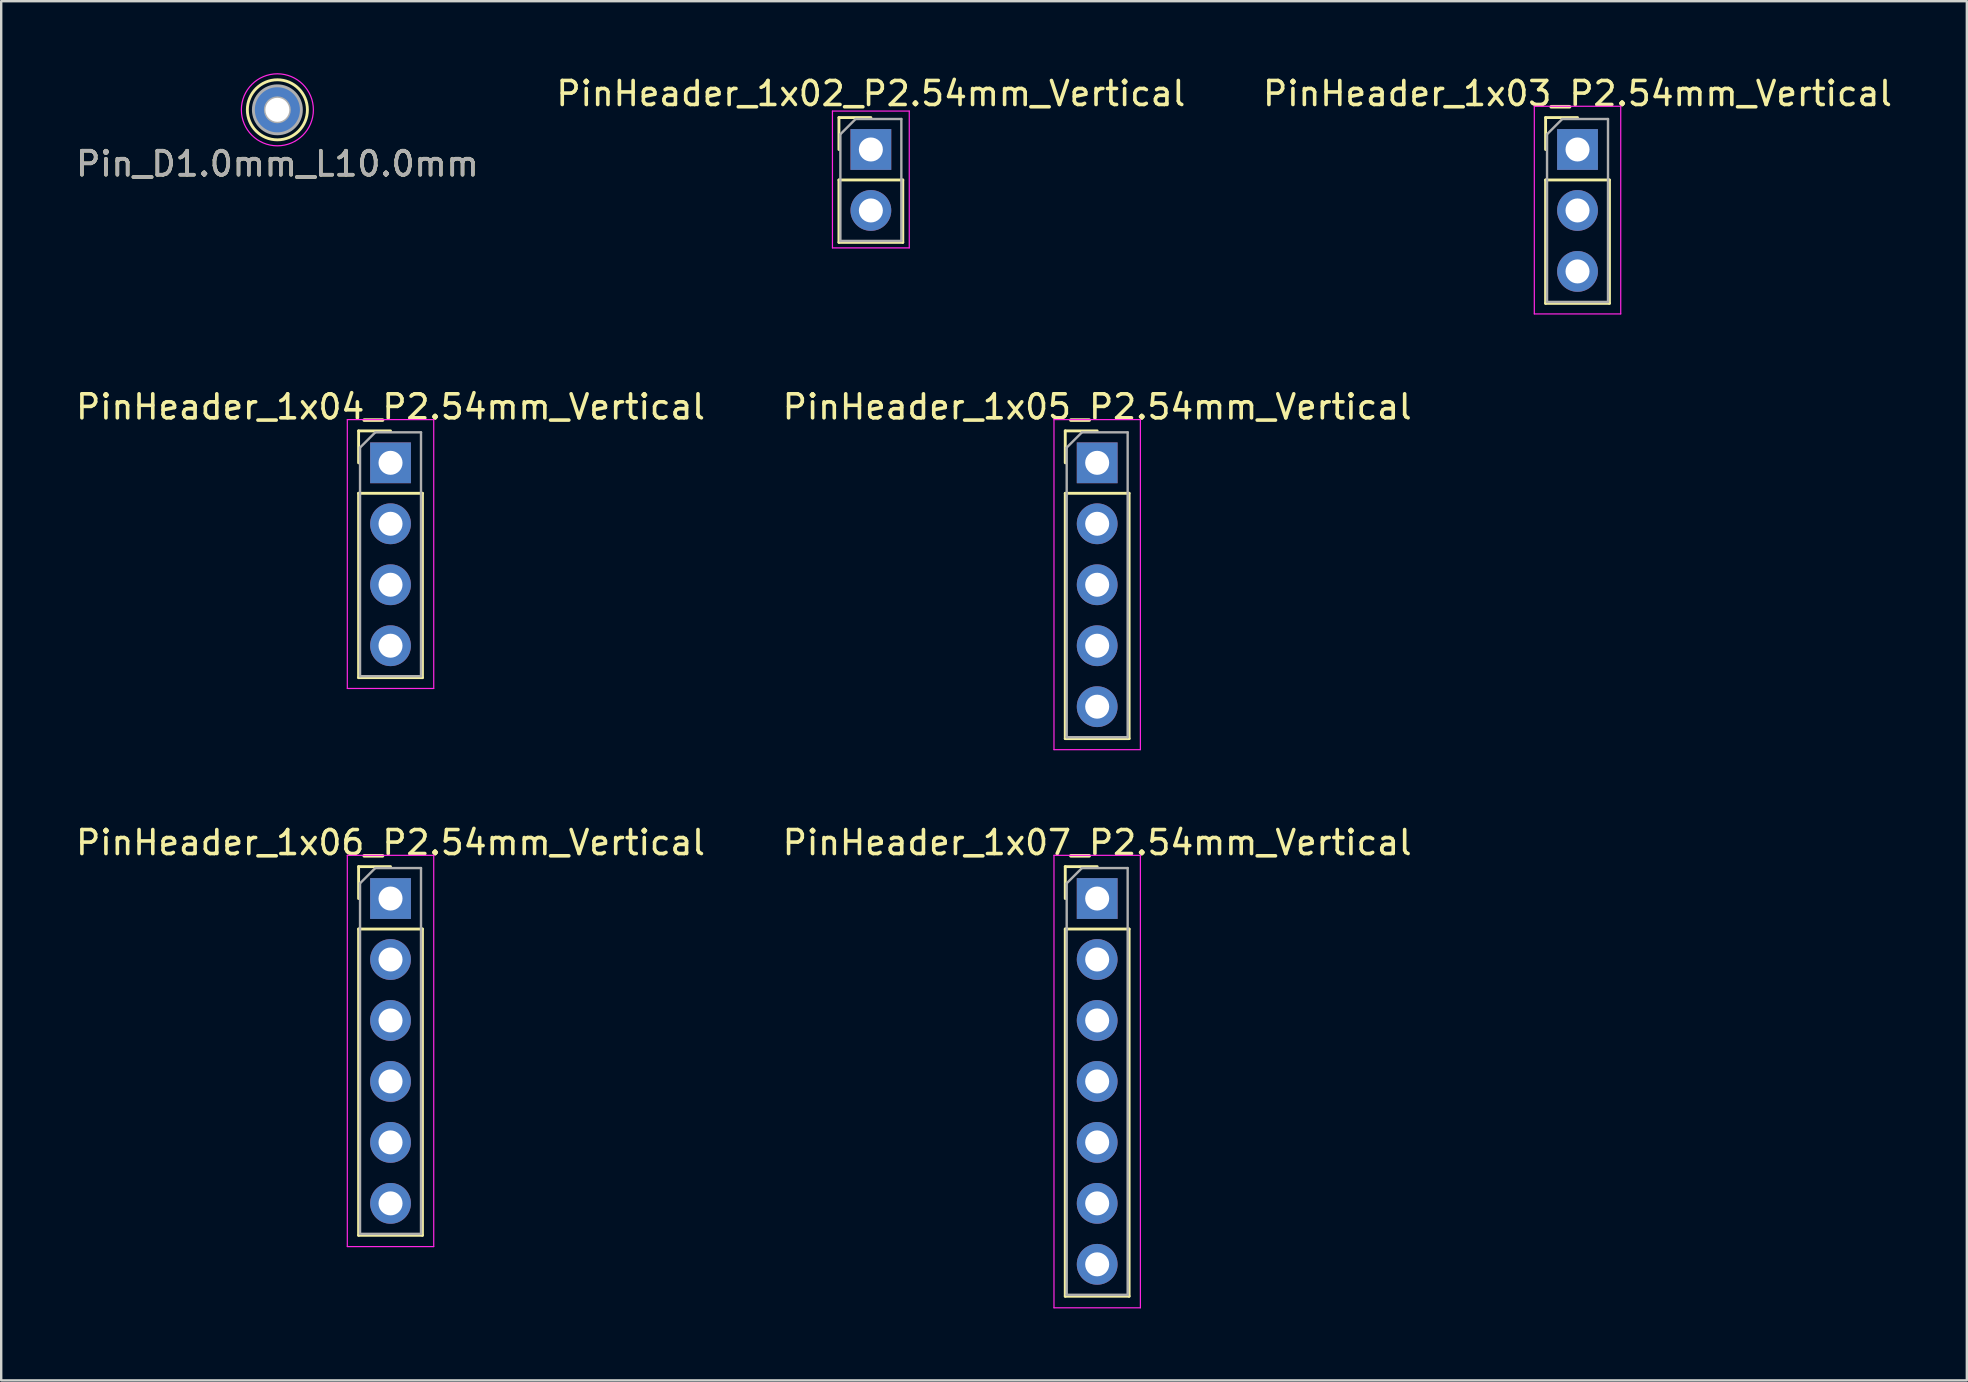
<source format=kicad_pcb>
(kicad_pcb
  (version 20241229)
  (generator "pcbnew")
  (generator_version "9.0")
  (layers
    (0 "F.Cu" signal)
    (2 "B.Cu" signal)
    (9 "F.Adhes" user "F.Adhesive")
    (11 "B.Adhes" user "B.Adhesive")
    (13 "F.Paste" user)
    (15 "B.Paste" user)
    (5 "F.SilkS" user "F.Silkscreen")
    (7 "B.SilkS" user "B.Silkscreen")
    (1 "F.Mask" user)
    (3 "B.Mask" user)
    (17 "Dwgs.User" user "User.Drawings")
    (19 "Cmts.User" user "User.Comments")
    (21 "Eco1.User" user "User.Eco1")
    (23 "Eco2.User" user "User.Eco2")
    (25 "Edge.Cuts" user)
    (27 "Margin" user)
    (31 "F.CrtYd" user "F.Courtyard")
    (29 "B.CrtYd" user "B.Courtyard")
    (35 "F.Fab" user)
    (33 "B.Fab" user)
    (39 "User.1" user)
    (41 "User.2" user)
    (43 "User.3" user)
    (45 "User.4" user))
  (footprint "PinHeader_1x05_P2.54mm_Vertical"
    (layer "F.Cu")
    (at 42.661 16.232)
    (property "Reference" "PinHeader_1x05_P2.54mm_Vertical" (at 0 -2.33 0) (layer "F.SilkS") (effects (font (size 1 1) (thickness 0.15))))
    (attr through_hole)
    (fp_line (start -1.33 -1.33) (end 0 -1.33) (stroke (width 0.12) (type solid)) (layer "F.SilkS"))
    (fp_line (start -1.33 0) (end -1.33 -1.33) (stroke (width 0.12) (type solid)) (layer "F.SilkS"))
    (fp_line (start -1.33 1.27) (end -1.33 11.49) (stroke (width 0.12) (type solid)) (layer "F.SilkS"))
    (fp_line (start -1.33 1.27) (end 1.33 1.27) (stroke (width 0.12) (type solid)) (layer "F.SilkS"))
    (fp_line (start -1.33 11.49) (end 1.33 11.49) (stroke (width 0.12) (type solid)) (layer "F.SilkS"))
    (fp_line (start 1.33 1.27) (end 1.33 11.49) (stroke (width 0.12) (type solid)) (layer "F.SilkS"))
    (fp_line (start -1.8 -1.8) (end -1.8 11.95) (stroke (width 0.05) (type solid)) (layer "F.CrtYd"))
    (fp_line (start -1.8 11.95) (end 1.8 11.95) (stroke (width 0.05) (type solid)) (layer "F.CrtYd"))
    (fp_line (start 1.8 -1.8) (end -1.8 -1.8) (stroke (width 0.05) (type solid)) (layer "F.CrtYd"))
    (fp_line (start 1.8 11.95) (end 1.8 -1.8) (stroke (width 0.05) (type solid)) (layer "F.CrtYd"))
    (fp_line (start -1.27 -0.635) (end -0.635 -1.27) (stroke (width 0.1) (type solid)) (layer "F.Fab"))
    (fp_line (start -1.27 11.43) (end -1.27 -0.635) (stroke (width 0.1) (type solid)) (layer "F.Fab"))
    (fp_line (start -0.635 -1.27) (end 1.27 -1.27) (stroke (width 0.1) (type solid)) (layer "F.Fab"))
    (fp_line (start 1.27 -1.27) (end 1.27 11.43) (stroke (width 0.1) (type solid)) (layer "F.Fab"))
    (fp_line (start 1.27 11.43) (end -1.27 11.43) (stroke (width 0.1) (type solid)) (layer "F.Fab"))
    (pad "1" thru_hole rect (at 0 0) (size 1.7 1.7) (drill 1) (layers "*.Cu" "*.Mask"))
    (pad "2" thru_hole oval (at 0 2.54) (size 1.7 1.7) (drill 1) (layers "*.Cu" "*.Mask"))
    (pad "3" thru_hole oval (at 0 5.08) (size 1.7 1.7) (drill 1) (layers "*.Cu" "*.Mask"))
    (pad "4" thru_hole oval (at 0 7.62) (size 1.7 1.7) (drill 1) (layers "*.Cu" "*.Mask"))
    (pad "5" thru_hole oval (at 0 10.16) (size 1.7 1.7) (drill 1) (layers "*.Cu" "*.Mask")))
  (footprint "PinHeader_1x07_P2.54mm_Vertical"
    (layer "F.Cu")
    (at 42.661 34.385)
    (property "Reference" "PinHeader_1x07_P2.54mm_Vertical" (at 0 -2.33 0) (layer "F.SilkS") (effects (font (size 1 1) (thickness 0.15))))
    (attr through_hole)
    (fp_line (start -1.33 -1.33) (end 0 -1.33) (stroke (width 0.12) (type solid)) (layer "F.SilkS"))
    (fp_line (start -1.33 0) (end -1.33 -1.33) (stroke (width 0.12) (type solid)) (layer "F.SilkS"))
    (fp_line (start -1.33 1.27) (end -1.33 16.57) (stroke (width 0.12) (type solid)) (layer "F.SilkS"))
    (fp_line (start -1.33 1.27) (end 1.33 1.27) (stroke (width 0.12) (type solid)) (layer "F.SilkS"))
    (fp_line (start -1.33 16.57) (end 1.33 16.57) (stroke (width 0.12) (type solid)) (layer "F.SilkS"))
    (fp_line (start 1.33 1.27) (end 1.33 16.57) (stroke (width 0.12) (type solid)) (layer "F.SilkS"))
    (fp_line (start -1.8 -1.8) (end -1.8 17.05) (stroke (width 0.05) (type solid)) (layer "F.CrtYd"))
    (fp_line (start -1.8 17.05) (end 1.8 17.05) (stroke (width 0.05) (type solid)) (layer "F.CrtYd"))
    (fp_line (start 1.8 -1.8) (end -1.8 -1.8) (stroke (width 0.05) (type solid)) (layer "F.CrtYd"))
    (fp_line (start 1.8 17.05) (end 1.8 -1.8) (stroke (width 0.05) (type solid)) (layer "F.CrtYd"))
    (fp_line (start -1.27 -0.635) (end -0.635 -1.27) (stroke (width 0.1) (type solid)) (layer "F.Fab"))
    (fp_line (start -1.27 16.51) (end -1.27 -0.635) (stroke (width 0.1) (type solid)) (layer "F.Fab"))
    (fp_line (start -0.635 -1.27) (end 1.27 -1.27) (stroke (width 0.1) (type solid)) (layer "F.Fab"))
    (fp_line (start 1.27 -1.27) (end 1.27 16.51) (stroke (width 0.1) (type solid)) (layer "F.Fab"))
    (fp_line (start 1.27 16.51) (end -1.27 16.51) (stroke (width 0.1) (type solid)) (layer "F.Fab"))
    (pad "1" thru_hole rect (at 0 0) (size 1.7 1.7) (drill 1) (layers "*.Cu" "*.Mask"))
    (pad "2" thru_hole oval (at 0 2.54) (size 1.7 1.7) (drill 1) (layers "*.Cu" "*.Mask"))
    (pad "3" thru_hole oval (at 0 5.08) (size 1.7 1.7) (drill 1) (layers "*.Cu" "*.Mask"))
    (pad "4" thru_hole oval (at 0 7.62) (size 1.7 1.7) (drill 1) (layers "*.Cu" "*.Mask"))
    (pad "5" thru_hole oval (at 0 10.16) (size 1.7 1.7) (drill 1) (layers "*.Cu" "*.Mask"))
    (pad "6" thru_hole oval (at 0 12.7) (size 1.7 1.7) (drill 1) (layers "*.Cu" "*.Mask"))
    (pad "7" thru_hole oval (at 0 15.24) (size 1.7 1.7) (drill 1) (layers "*.Cu" "*.Mask")))
  (footprint "PinHeader_1x04_P2.54mm_Vertical"
    (layer "F.Cu")
    (at 13.22 16.232)
    (property "Reference" "PinHeader_1x04_P2.54mm_Vertical" (at 0 -2.33 0) (layer "F.SilkS") (effects (font (size 1 1) (thickness 0.15))))
    (attr through_hole)
    (fp_line (start -1.33 -1.33) (end 0 -1.33) (stroke (width 0.12) (type solid)) (layer "F.SilkS"))
    (fp_line (start -1.33 0) (end -1.33 -1.33) (stroke (width 0.12) (type solid)) (layer "F.SilkS"))
    (fp_line (start -1.33 1.27) (end -1.33 8.95) (stroke (width 0.12) (type solid)) (layer "F.SilkS"))
    (fp_line (start -1.33 1.27) (end 1.33 1.27) (stroke (width 0.12) (type solid)) (layer "F.SilkS"))
    (fp_line (start -1.33 8.95) (end 1.33 8.95) (stroke (width 0.12) (type solid)) (layer "F.SilkS"))
    (fp_line (start 1.33 1.27) (end 1.33 8.95) (stroke (width 0.12) (type solid)) (layer "F.SilkS"))
    (fp_line (start -1.8 -1.8) (end -1.8 9.4) (stroke (width 0.05) (type solid)) (layer "F.CrtYd"))
    (fp_line (start -1.8 9.4) (end 1.8 9.4) (stroke (width 0.05) (type solid)) (layer "F.CrtYd"))
    (fp_line (start 1.8 -1.8) (end -1.8 -1.8) (stroke (width 0.05) (type solid)) (layer "F.CrtYd"))
    (fp_line (start 1.8 9.4) (end 1.8 -1.8) (stroke (width 0.05) (type solid)) (layer "F.CrtYd"))
    (fp_line (start -1.27 -0.635) (end -0.635 -1.27) (stroke (width 0.1) (type solid)) (layer "F.Fab"))
    (fp_line (start -1.27 8.89) (end -1.27 -0.635) (stroke (width 0.1) (type solid)) (layer "F.Fab"))
    (fp_line (start -0.635 -1.27) (end 1.27 -1.27) (stroke (width 0.1) (type solid)) (layer "F.Fab"))
    (fp_line (start 1.27 -1.27) (end 1.27 8.89) (stroke (width 0.1) (type solid)) (layer "F.Fab"))
    (fp_line (start 1.27 8.89) (end -1.27 8.89) (stroke (width 0.1) (type solid)) (layer "F.Fab"))
    (pad "1" thru_hole rect (at 0 0) (size 1.7 1.7) (drill 1) (layers "*.Cu" "*.Mask"))
    (pad "2" thru_hole oval (at 0 2.54) (size 1.7 1.7) (drill 1) (layers "*.Cu" "*.Mask"))
    (pad "3" thru_hole oval (at 0 5.08) (size 1.7 1.7) (drill 1) (layers "*.Cu" "*.Mask"))
    (pad "4" thru_hole oval (at 0 7.62) (size 1.7 1.7) (drill 1) (layers "*.Cu" "*.Mask")))
  (footprint "PinHeader_1x06_P2.54mm_Vertical"
    (layer "F.Cu")
    (at 13.22 34.385)
    (property "Reference" "PinHeader_1x06_P2.54mm_Vertical" (at 0 -2.33 0) (layer "F.SilkS") (effects (font (size 1 1) (thickness 0.15))))
    (attr through_hole)
    (fp_line (start -1.33 -1.33) (end 0 -1.33) (stroke (width 0.12) (type solid)) (layer "F.SilkS"))
    (fp_line (start -1.33 0) (end -1.33 -1.33) (stroke (width 0.12) (type solid)) (layer "F.SilkS"))
    (fp_line (start -1.33 1.27) (end -1.33 14.03) (stroke (width 0.12) (type solid)) (layer "F.SilkS"))
    (fp_line (start -1.33 1.27) (end 1.33 1.27) (stroke (width 0.12) (type solid)) (layer "F.SilkS"))
    (fp_line (start -1.33 14.03) (end 1.33 14.03) (stroke (width 0.12) (type solid)) (layer "F.SilkS"))
    (fp_line (start 1.33 1.27) (end 1.33 14.03) (stroke (width 0.12) (type solid)) (layer "F.SilkS"))
    (fp_line (start -1.8 -1.8) (end -1.8 14.5) (stroke (width 0.05) (type solid)) (layer "F.CrtYd"))
    (fp_line (start -1.8 14.5) (end 1.8 14.5) (stroke (width 0.05) (type solid)) (layer "F.CrtYd"))
    (fp_line (start 1.8 -1.8) (end -1.8 -1.8) (stroke (width 0.05) (type solid)) (layer "F.CrtYd"))
    (fp_line (start 1.8 14.5) (end 1.8 -1.8) (stroke (width 0.05) (type solid)) (layer "F.CrtYd"))
    (fp_line (start -1.27 -0.635) (end -0.635 -1.27) (stroke (width 0.1) (type solid)) (layer "F.Fab"))
    (fp_line (start -1.27 13.97) (end -1.27 -0.635) (stroke (width 0.1) (type solid)) (layer "F.Fab"))
    (fp_line (start -0.635 -1.27) (end 1.27 -1.27) (stroke (width 0.1) (type solid)) (layer "F.Fab"))
    (fp_line (start 1.27 -1.27) (end 1.27 13.97) (stroke (width 0.1) (type solid)) (layer "F.Fab"))
    (fp_line (start 1.27 13.97) (end -1.27 13.97) (stroke (width 0.1) (type solid)) (layer "F.Fab"))
    (pad "1" thru_hole rect (at 0 0) (size 1.7 1.7) (drill 1) (layers "*.Cu" "*.Mask"))
    (pad "2" thru_hole oval (at 0 2.54) (size 1.7 1.7) (drill 1) (layers "*.Cu" "*.Mask"))
    (pad "3" thru_hole oval (at 0 5.08) (size 1.7 1.7) (drill 1) (layers "*.Cu" "*.Mask"))
    (pad "4" thru_hole oval (at 0 7.62) (size 1.7 1.7) (drill 1) (layers "*.Cu" "*.Mask"))
    (pad "5" thru_hole oval (at 0 10.16) (size 1.7 1.7) (drill 1) (layers "*.Cu" "*.Mask"))
    (pad "6" thru_hole oval (at 0 12.7) (size 1.7 1.7) (drill 1) (layers "*.Cu" "*.Mask")))
  (footprint "PinHeader_1x03_P2.54mm_Vertical"
    (layer "F.Cu")
    (at 62.673 3.178)
    (property "Reference" "PinHeader_1x03_P2.54mm_Vertical" (at 0 -2.33 0) (layer "F.SilkS") (effects (font (size 1 1) (thickness 0.15))))
    (attr through_hole)
    (fp_line (start -1.33 -1.33) (end 0 -1.33) (stroke (width 0.12) (type solid)) (layer "F.SilkS"))
    (fp_line (start -1.33 0) (end -1.33 -1.33) (stroke (width 0.12) (type solid)) (layer "F.SilkS"))
    (fp_line (start -1.33 1.27) (end -1.33 6.41) (stroke (width 0.12) (type solid)) (layer "F.SilkS"))
    (fp_line (start -1.33 1.27) (end 1.33 1.27) (stroke (width 0.12) (type solid)) (layer "F.SilkS"))
    (fp_line (start -1.33 6.41) (end 1.33 6.41) (stroke (width 0.12) (type solid)) (layer "F.SilkS"))
    (fp_line (start 1.33 1.27) (end 1.33 6.41) (stroke (width 0.12) (type solid)) (layer "F.SilkS"))
    (fp_line (start -1.8 -1.8) (end -1.8 6.85) (stroke (width 0.05) (type solid)) (layer "F.CrtYd"))
    (fp_line (start -1.8 6.85) (end 1.8 6.85) (stroke (width 0.05) (type solid)) (layer "F.CrtYd"))
    (fp_line (start 1.8 -1.8) (end -1.8 -1.8) (stroke (width 0.05) (type solid)) (layer "F.CrtYd"))
    (fp_line (start 1.8 6.85) (end 1.8 -1.8) (stroke (width 0.05) (type solid)) (layer "F.CrtYd"))
    (fp_line (start -1.27 -0.635) (end -0.635 -1.27) (stroke (width 0.1) (type solid)) (layer "F.Fab"))
    (fp_line (start -1.27 6.35) (end -1.27 -0.635) (stroke (width 0.1) (type solid)) (layer "F.Fab"))
    (fp_line (start -0.635 -1.27) (end 1.27 -1.27) (stroke (width 0.1) (type solid)) (layer "F.Fab"))
    (fp_line (start 1.27 -1.27) (end 1.27 6.35) (stroke (width 0.1) (type solid)) (layer "F.Fab"))
    (fp_line (start 1.27 6.35) (end -1.27 6.35) (stroke (width 0.1) (type solid)) (layer "F.Fab"))
    (pad "1" thru_hole rect (at 0 0) (size 1.7 1.7) (drill 1) (layers "*.Cu" "*.Mask"))
    (pad "2" thru_hole oval (at 0 2.54) (size 1.7 1.7) (drill 1) (layers "*.Cu" "*.Mask"))
    (pad "3" thru_hole oval (at 0 5.08) (size 1.7 1.7) (drill 1) (layers "*.Cu" "*.Mask")))
  (footprint "PinHeader_1x02_P2.54mm_Vertical"
    (layer "F.Cu")
    (at 33.232 3.178)
    (property "Reference" "PinHeader_1x02_P2.54mm_Vertical" (at 0 -2.33 0) (layer "F.SilkS") (effects (font (size 1 1) (thickness 0.15))))
    (attr through_hole)
    (fp_line (start -1.33 -1.33) (end 0 -1.33) (stroke (width 0.12) (type solid)) (layer "F.SilkS"))
    (fp_line (start -1.33 0) (end -1.33 -1.33) (stroke (width 0.12) (type solid)) (layer "F.SilkS"))
    (fp_line (start -1.33 1.27) (end -1.33 3.87) (stroke (width 0.12) (type solid)) (layer "F.SilkS"))
    (fp_line (start -1.33 1.27) (end 1.33 1.27) (stroke (width 0.12) (type solid)) (layer "F.SilkS"))
    (fp_line (start -1.33 3.87) (end 1.33 3.87) (stroke (width 0.12) (type solid)) (layer "F.SilkS"))
    (fp_line (start 1.33 1.27) (end 1.33 3.87) (stroke (width 0.12) (type solid)) (layer "F.SilkS"))
    (fp_line (start -1.6 -1.6) (end -1.6 4.1) (stroke (width 0.05) (type solid)) (layer "F.CrtYd"))
    (fp_line (start -1.6 4.1) (end 1.6 4.1) (stroke (width 0.05) (type solid)) (layer "F.CrtYd"))
    (fp_line (start 1.6 -1.6) (end -1.6 -1.6) (stroke (width 0.05) (type solid)) (layer "F.CrtYd"))
    (fp_line (start 1.6 4.1) (end 1.6 -1.6) (stroke (width 0.05) (type solid)) (layer "F.CrtYd"))
    (fp_line (start -1.27 -0.635) (end -0.635 -1.27) (stroke (width 0.1) (type solid)) (layer "F.Fab"))
    (fp_line (start -1.27 3.81) (end -1.27 -0.635) (stroke (width 0.1) (type solid)) (layer "F.Fab"))
    (fp_line (start -0.635 -1.27) (end 1.27 -1.27) (stroke (width 0.1) (type solid)) (layer "F.Fab"))
    (fp_line (start 1.27 -1.27) (end 1.27 3.81) (stroke (width 0.1) (type solid)) (layer "F.Fab"))
    (fp_line (start 1.27 3.81) (end -1.27 3.81) (stroke (width 0.1) (type solid)) (layer "F.Fab"))
    (pad "1" thru_hole rect (at 0 0) (size 1.7 1.7) (drill 1) (layers "*.Cu" "*.Mask"))
    (pad "2" thru_hole oval (at 0 2.54) (size 1.7 1.7) (drill 1) (layers "*.Cu" "*.Mask")))
  (footprint "Pin_D1.0mm_L10.0mm"
    (layer "F.Cu")
    (at 8.506 1.525)
    (property "Reference" "Pin_D1.0mm_L10.0mm" (at 0 2.25 0) (layer "F.SilkS") (effects (font (size 1 1) (thickness 0.15))))
    (attr through_hole)
    (fp_circle (center 0 0) (end 1.25 0.05) (stroke (width 0.12) (type solid)) (fill no) (layer "F.SilkS"))
    (fp_circle (center 0 0) (end 1.5 0) (stroke (width 0.05) (type solid)) (fill no) (layer "F.CrtYd"))
    (fp_circle (center 0 0) (end 0.5 0) (stroke (width 0.12) (type solid)) (fill no) (layer "F.Fab"))
    (fp_circle (center 0 0) (end 1 0) (stroke (width 0.12) (type solid)) (fill no) (layer "F.Fab"))
    (fp_text user "${REFERENCE}" (at 0 2.25 0) (layer "F.Fab") (effects (font (size 1 1) (thickness 0.15))))
    (pad "1" thru_hole circle (at 0 0) (size 2 2) (drill 1) (layers "*.Cu" "*.Mask")))
  (gr_rect
    (start -3 -3)
    (end 78.893 54.46)
    (stroke (width 0.1) (type default))
    (fill no)
    (layer "Edge.Cuts")))
</source>
